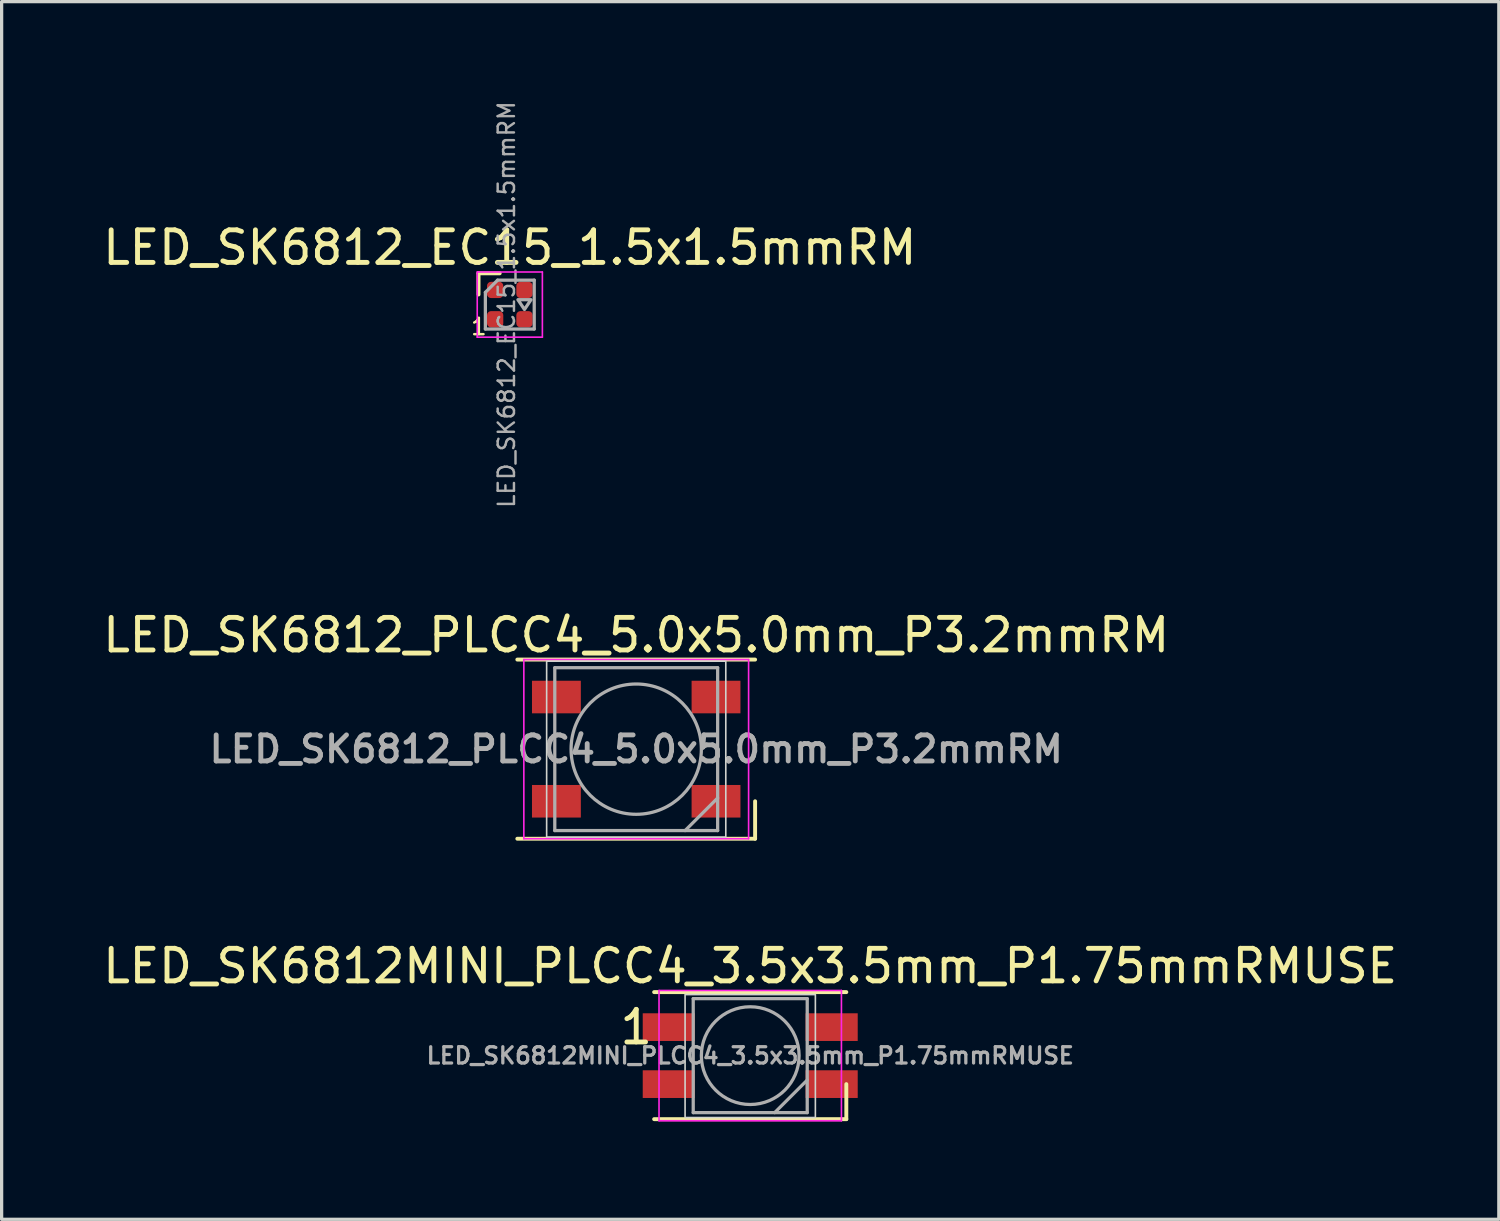
<source format=kicad_pcb>
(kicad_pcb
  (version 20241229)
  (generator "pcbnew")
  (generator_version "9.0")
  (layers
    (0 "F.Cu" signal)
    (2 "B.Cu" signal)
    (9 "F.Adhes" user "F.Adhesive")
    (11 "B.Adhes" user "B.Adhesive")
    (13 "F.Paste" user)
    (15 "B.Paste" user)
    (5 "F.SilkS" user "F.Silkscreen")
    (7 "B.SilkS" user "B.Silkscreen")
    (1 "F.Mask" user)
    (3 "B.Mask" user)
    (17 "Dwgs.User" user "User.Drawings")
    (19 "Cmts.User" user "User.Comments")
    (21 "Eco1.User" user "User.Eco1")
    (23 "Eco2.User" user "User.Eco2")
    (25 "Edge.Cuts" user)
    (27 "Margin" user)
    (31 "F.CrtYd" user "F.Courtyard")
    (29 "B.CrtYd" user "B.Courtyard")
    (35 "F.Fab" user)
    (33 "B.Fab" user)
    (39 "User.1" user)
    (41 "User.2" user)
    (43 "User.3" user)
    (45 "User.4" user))
  (footprint "LED_SK6812_PLCC4_5.0x5.0mm_P3.2mmRM"
    (layer "F.Cu")
    (at 16.482 19.949)
    (property "Reference" "LED_SK6812_PLCC4_5.0x5.0mm_P3.2mmRM" (at 0 -3.5 0) (layer "F.SilkS") (effects (font (size 1 1) (thickness 0.15))))
    (attr smd)
    (fp_line (start -3.65 -2.75) (end 3.65 -2.75) (stroke (width 0.12) (type solid)) (layer "F.SilkS"))
    (fp_line (start -3.65 2.75) (end 3.65 2.75) (stroke (width 0.12) (type solid)) (layer "F.SilkS"))
    (fp_line (start 3.65 2.75) (end 3.65 1.6) (stroke (width 0.12) (type solid)) (layer "F.SilkS"))
    (fp_rect (start -2.75 -2.7) (end 2.75 2.7) (stroke (width 0.05) (type default)) (fill no) (layer "Edge.Cuts"))
    (fp_line (start -3.45 -2.75) (end -3.45 2.75) (stroke (width 0.05) (type solid)) (layer "F.CrtYd"))
    (fp_line (start -3.45 2.75) (end 3.45 2.75) (stroke (width 0.05) (type solid)) (layer "F.CrtYd"))
    (fp_line (start 3.45 -2.75) (end -3.45 -2.75) (stroke (width 0.05) (type solid)) (layer "F.CrtYd"))
    (fp_line (start 3.45 2.75) (end 3.45 -2.75) (stroke (width 0.05) (type solid)) (layer "F.CrtYd"))
    (fp_line (start -2.5 -2.5) (end -2.5 2.5) (stroke (width 0.1) (type solid)) (layer "F.Fab"))
    (fp_line (start -2.5 2.5) (end 2.5 2.5) (stroke (width 0.1) (type solid)) (layer "F.Fab"))
    (fp_line (start 2.5 -2.5) (end -2.5 -2.5) (stroke (width 0.1) (type solid)) (layer "F.Fab"))
    (fp_line (start 2.5 1.5) (end 1.5 2.5) (stroke (width 0.1) (type solid)) (layer "F.Fab"))
    (fp_line (start 2.5 2.5) (end 2.5 -2.5) (stroke (width 0.1) (type solid)) (layer "F.Fab"))
    (fp_circle (center 0 0) (end 0 -2) (stroke (width 0.1) (type solid)) (fill no) (layer "F.Fab"))
    (fp_text user "${REFERENCE}" (at 0 0 0) (layer "F.Fab") (effects (font (size 0.8 0.8) (thickness 0.15))))
    (pad "1" smd rect (at 2.45 -1.6) (size 1.5 1) (layers "F.Cu" "F.Mask" "F.Paste"))
    (pad "2" smd rect (at 2.45 1.6) (size 1.5 1) (layers "F.Cu" "F.Mask" "F.Paste"))
    (pad "3" smd rect (at -2.45 1.6) (size 1.5 1) (layers "F.Cu" "F.Mask" "F.Paste"))
    (pad "4" smd rect (at -2.45 -1.6) (size 1.5 1) (layers "F.Cu" "F.Mask" "F.Paste")))
  (footprint "LED_SK6812MINI_PLCC4_3.5x3.5mm_P1.75mmRMUSE"
    (layer "F.Cu")
    (at 19.982 29.358)
    (property "Reference" "LED_SK6812MINI_PLCC4_3.5x3.5mm_P1.75mmRMUSE" (at 0 -2.75 0) (layer "F.SilkS") (effects (font (size 1 1) (thickness 0.15))))
    (attr smd)
    (fp_line (start -2.95 -1.95) (end 2.95 -1.95) (stroke (width 0.12) (type solid)) (layer "F.SilkS"))
    (fp_line (start -2.95 1.95) (end 2.95 1.95) (stroke (width 0.12) (type solid)) (layer "F.SilkS"))
    (fp_line (start 2.95 1.95) (end 2.95 0.875) (stroke (width 0.12) (type solid)) (layer "F.SilkS"))
    (fp_rect (start -2 -1.875) (end 2 1.9) (stroke (width 0.05) (type default)) (fill no) (layer "Edge.Cuts"))
    (fp_line (start -2.8 -2) (end -2.8 2) (stroke (width 0.05) (type solid)) (layer "F.CrtYd"))
    (fp_line (start -2.8 2) (end 2.8 2) (stroke (width 0.05) (type solid)) (layer "F.CrtYd"))
    (fp_line (start 2.8 -2) (end -2.8 -2) (stroke (width 0.05) (type solid)) (layer "F.CrtYd"))
    (fp_line (start 2.8 2) (end 2.8 -2) (stroke (width 0.05) (type solid)) (layer "F.CrtYd"))
    (fp_line (start -1.75 -1.75) (end -1.75 1.75) (stroke (width 0.1) (type solid)) (layer "F.Fab"))
    (fp_line (start -1.75 1.75) (end 1.75 1.75) (stroke (width 0.1) (type solid)) (layer "F.Fab"))
    (fp_line (start 1.75 -1.75) (end -1.75 -1.75) (stroke (width 0.1) (type solid)) (layer "F.Fab"))
    (fp_line (start 1.75 0.75) (end 0.75 1.75) (stroke (width 0.1) (type solid)) (layer "F.Fab"))
    (fp_line (start 1.75 1.75) (end 1.75 -1.75) (stroke (width 0.1) (type solid)) (layer "F.Fab"))
    (fp_circle (center 0 0) (end 0 -1.5) (stroke (width 0.1) (type solid)) (fill no) (layer "F.Fab"))
    (fp_text user "1" (at -3.5 -0.875 0) (layer "F.SilkS") (effects (font (size 1 1) (thickness 0.15))))
    (fp_text user "${REFERENCE}" (at 0 0 0) (layer "F.Fab") (effects (font (size 0.5 0.5) (thickness 0.1))))
    (pad "1" smd rect (at -2.5 -0.875) (size 1.6 0.85) (layers "F.Cu" "F.Mask" "F.Paste"))
    (pad "2" smd rect (at -2.5 0.875) (size 1.6 0.85) (layers "F.Cu" "F.Mask" "F.Paste"))
    (pad "3" smd rect (at 2.5 0.875) (size 1.6 0.85) (layers "F.Cu" "F.Mask" "F.Paste"))
    (pad "4" smd rect (at 2.5 -0.875) (size 1.6 0.85) (layers "F.Cu" "F.Mask" "F.Paste")))
  (footprint "LED_SK6812_EC15_1.5x1.5mmRM"
    (layer "F.Cu")
    (at 12.601 6.301)
    (property "Reference" "LED_SK6812_EC15_1.5x1.5mmRM" (at 0 -1.75 0) (layer "F.SilkS") (effects (font (size 1 1) (thickness 0.15))))
    (attr smd)
    (fp_line (start -0.96 -0.96) (end -0.96 -0.31) (stroke (width 0.12) (type solid)) (layer "F.SilkS"))
    (fp_line (start -0.31 -0.96) (end -0.96 -0.96) (stroke (width 0.12) (type solid)) (layer "F.SilkS"))
    (fp_line (start -1 -1) (end 1 -1) (stroke (width 0.05) (type solid)) (layer "F.CrtYd"))
    (fp_line (start -1 1) (end -1 -1) (stroke (width 0.05) (type solid)) (layer "F.CrtYd"))
    (fp_line (start 1 -1) (end 1 1) (stroke (width 0.05) (type solid)) (layer "F.CrtYd"))
    (fp_line (start 1 1) (end -1 1) (stroke (width 0.05) (type solid)) (layer "F.CrtYd"))
    (fp_line (start -0.75 -0.375) (end -0.375 -0.75) (stroke (width 0.1) (type solid)) (layer "F.Fab"))
    (fp_line (start -0.75 0.75) (end -0.75 -0.375) (stroke (width 0.1) (type solid)) (layer "F.Fab"))
    (fp_line (start -0.375 -0.75) (end 0.75 -0.75) (stroke (width 0.1) (type solid)) (layer "F.Fab"))
    (fp_line (start 0.75 -0.75) (end 0.75 0.75) (stroke (width 0.1) (type solid)) (layer "F.Fab"))
    (fp_line (start 0.75 0.75) (end -0.75 0.75) (stroke (width 0.1) (type solid)) (layer "F.Fab"))
    (fp_poly (pts (xy 0.25 -0.15) (xy 0.45 0.15) (xy 0.65 -0.15)) (stroke (width 0.1) (type solid)) (fill no) (layer "F.Fab"))
    (fp_text user "1" (at -0.95 0.68 180) (layer "F.SilkS") (effects (font (size 0.5 0.5) (thickness 0.075))))
    (fp_text user "${REFERENCE}" (at -0.1 0 90) (layer "F.Fab") (effects (font (size 0.5 0.5) (thickness 0.075))))
    (pad "1" smd roundrect (at -0.45 0.45 90) (size 0.5 0.5) (layers "F.Cu" "F.Mask" "F.Paste") (roundrect_rratio 0.25))
    (pad "2" smd roundrect (at 0.45 0.45 90) (size 0.5 0.5) (layers "F.Cu" "F.Mask" "F.Paste") (roundrect_rratio 0.25))
    (pad "3" smd roundrect (at 0.45 -0.45 90) (size 0.5 0.5) (layers "F.Cu" "F.Mask" "F.Paste") (roundrect_rratio 0.25))
    (pad "4" smd roundrect (at -0.45 -0.45 90) (size 0.5 0.5) (layers "F.Cu" "F.Mask" "F.Paste") (roundrect_rratio 0.25)))
  (gr_rect
    (start -3 -3)
    (end 42.964 34.383)
    (stroke (width 0.1) (type default))
    (fill no)
    (layer "Edge.Cuts")))
</source>
